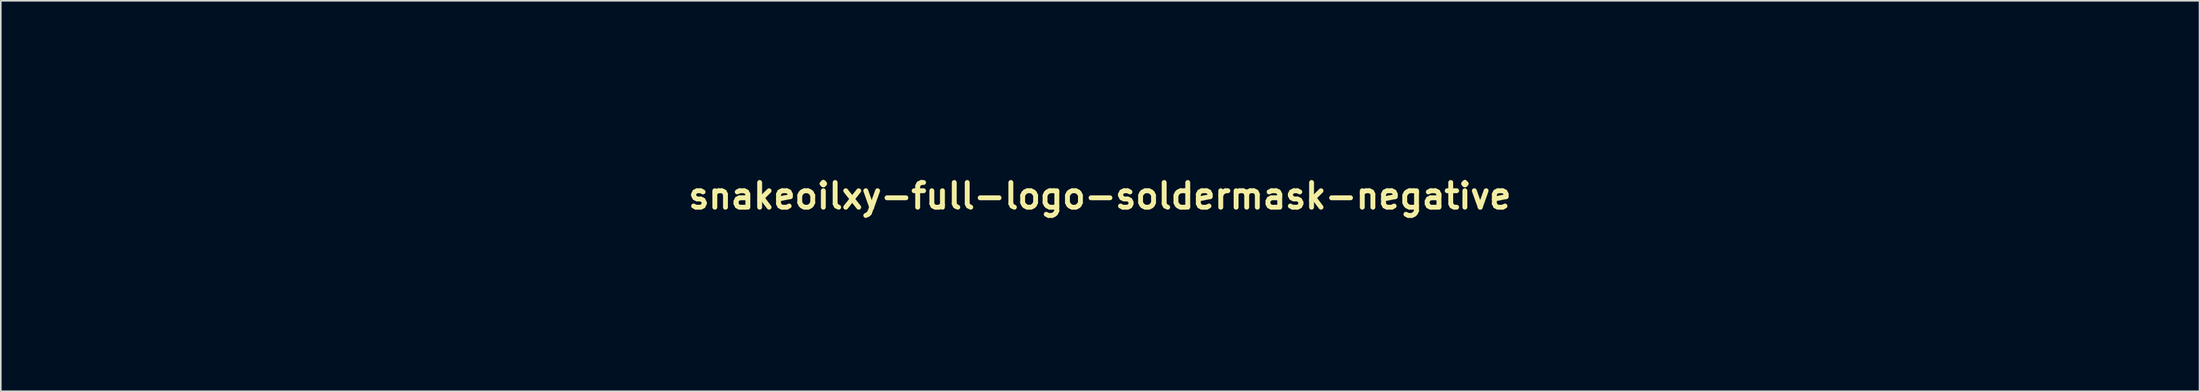
<source format=kicad_pcb>
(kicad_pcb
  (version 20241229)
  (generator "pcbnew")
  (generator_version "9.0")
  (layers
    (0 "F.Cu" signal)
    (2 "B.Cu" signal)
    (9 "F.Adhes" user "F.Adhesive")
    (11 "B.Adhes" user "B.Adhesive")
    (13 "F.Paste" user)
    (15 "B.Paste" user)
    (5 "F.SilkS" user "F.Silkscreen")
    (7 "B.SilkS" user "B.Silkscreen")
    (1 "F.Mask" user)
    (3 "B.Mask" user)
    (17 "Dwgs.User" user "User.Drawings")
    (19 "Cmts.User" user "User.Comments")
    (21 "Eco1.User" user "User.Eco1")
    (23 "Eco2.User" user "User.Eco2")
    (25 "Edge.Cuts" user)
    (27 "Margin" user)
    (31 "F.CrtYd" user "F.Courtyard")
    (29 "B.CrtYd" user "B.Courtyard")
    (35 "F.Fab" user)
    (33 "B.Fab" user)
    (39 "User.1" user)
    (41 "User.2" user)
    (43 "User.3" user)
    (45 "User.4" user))
  (footprint "snakeoilxy-full-logo-soldermask-negative"
    (layer "F.Cu")
    (at 64.634 9.036)
    (property "Reference" "snakeoilxy-full-logo-soldermask-negative" (at 0 0 0) (layer "F.SilkS") (effects (font (size 1.524 1.524) (thickness 0.3))))
    (attr through_hole)
    (fp_poly (pts (xy 10.445 1.637) (xy 10.753 1.694) (xy 11.024 1.793) (xy 11.269 1.94) (xy 11.455 2.092) (xy 11.552 2.204) (xy 11.657 2.36) (xy 11.756 2.536) (xy 11.835 2.71) (xy 11.871 2.813) (xy 11.893 2.893) (xy 8.256 2.893) (xy 8.315 2.743) (xy 8.472 2.423) (xy 8.67 2.16) (xy 8.912 1.948) (xy 9.203 1.785) (xy 9.4 1.709) (xy 9.54 1.666) (xy 9.665 1.639) (xy 9.798 1.624) (xy 9.963 1.618) (xy 10.088 1.618) (xy 10.445 1.637)) (stroke (width 0.01) (type solid)) (fill yes) (layer "F.Mask"))
    (fp_poly (pts (xy -4.462 1.625) (xy -4.221 1.655) (xy -4.069 1.69) (xy -3.748 1.82) (xy -3.465 2.006) (xy -3.223 2.239) (xy -3.025 2.514) (xy -2.876 2.823) (xy -2.778 3.159) (xy -2.735 3.516) (xy -2.75 3.887) (xy -2.807 4.188) (xy -2.927 4.536) (xy -3.099 4.841) (xy -3.317 5.098) (xy -3.579 5.304) (xy -3.88 5.454) (xy -4.096 5.52) (xy -4.312 5.554) (xy -4.562 5.569) (xy -4.818 5.564) (xy -5.054 5.54) (xy -5.209 5.507) (xy -5.56 5.374) (xy -5.862 5.191) (xy -6.112 4.962) (xy -6.309 4.689) (xy -6.451 4.373) (xy -6.536 4.019) (xy -6.562 3.654) (xy -6.555 3.446) (xy -6.535 3.244) (xy -6.507 3.079) (xy -6.505 3.071) (xy -6.385 2.722) (xy -6.209 2.41) (xy -5.983 2.14) (xy -5.712 1.918) (xy -5.402 1.75) (xy -5.168 1.669) (xy -4.963 1.632) (xy -4.718 1.618) (xy -4.462 1.625)) (stroke (width 0.01) (type solid)) (fill yes) (layer "F.Mask"))
    (fp_poly (pts (xy 19.264 -0.444) (xy 19.678 -0.348) (xy 20.069 -0.194) (xy 20.432 0.015) (xy 20.762 0.277) (xy 21.053 0.588) (xy 21.299 0.946) (xy 21.494 1.346) (xy 21.555 1.515) (xy 21.665 1.947) (xy 21.712 2.385) (xy 21.699 2.82) (xy 21.628 3.247) (xy 21.502 3.655) (xy 21.322 4.038) (xy 21.091 4.388) (xy 20.811 4.696) (xy 20.62 4.858) (xy 20.269 5.093) (xy 19.904 5.266) (xy 19.515 5.382) (xy 19.09 5.443) (xy 18.909 5.453) (xy 18.67 5.457) (xy 18.472 5.446) (xy 18.286 5.419) (xy 18.203 5.402) (xy 17.759 5.27) (xy 17.35 5.08) (xy 16.982 4.834) (xy 16.659 4.537) (xy 16.383 4.193) (xy 16.16 3.805) (xy 15.992 3.377) (xy 15.949 3.222) (xy 15.899 2.947) (xy 15.875 2.632) (xy 15.877 2.304) (xy 15.905 1.99) (xy 15.946 1.768) (xy 16.085 1.334) (xy 16.282 0.935) (xy 16.533 0.577) (xy 16.833 0.263) (xy 17.179 -0.002) (xy 17.566 -0.213) (xy 17.947 -0.354) (xy 18.393 -0.45) (xy 18.834 -0.479) (xy 19.264 -0.444)) (stroke (width 0.01) (type solid)) (fill yes) (layer "F.Mask"))
    (fp_poly (pts (xy 64.664 9.031) (xy -64.629 9.031) (xy -64.629 -0.189) (xy -62.274 -0.189) (xy -62.272 -0.014) (xy -62.268 0.18) (xy -62.261 0.379) (xy -62.253 0.57) (xy -62.242 0.741) (xy -62.231 0.879) (xy -62.23 0.885) (xy -62.118 1.597) (xy -61.939 2.304) (xy -61.697 2.998) (xy -61.395 3.669) (xy -61.038 4.31) (xy -60.628 4.911) (xy -60.455 5.133) (xy -60.297 5.317) (xy -60.101 5.528) (xy -59.883 5.752) (xy -59.658 5.972) (xy -59.443 6.172) (xy -59.253 6.337) (xy -59.214 6.369) (xy -58.646 6.782) (xy -58.035 7.149) (xy -57.392 7.465) (xy -56.726 7.725) (xy -56.046 7.927) (xy -55.364 8.065) (xy -55.016 8.11) (xy -54.811 8.126) (xy -54.559 8.137) (xy -54.277 8.142) (xy -53.985 8.143) (xy -53.702 8.139) (xy -53.447 8.13) (xy -53.24 8.115) (xy -53.206 8.112) (xy -52.46 7.996) (xy -51.731 7.812) (xy -51.021 7.561) (xy -50.334 7.244) (xy -49.672 6.864) (xy -49.04 6.421) (xy -48.945 6.347) (xy -48.893 6.3) (xy -48.793 6.206) (xy -48.648 6.067) (xy -48.461 5.886) (xy -48.234 5.664) (xy -47.97 5.406) (xy -47.671 5.112) (xy -47.339 4.785) (xy -46.978 4.429) (xy -46.59 4.044) (xy -46.176 3.635) (xy -45.741 3.203) (xy -45.339 2.804) (xy -43.991 2.804) (xy -42.483 4.315) (xy -42.201 4.598) (xy -41.922 4.874) (xy -41.654 5.139) (xy -41.402 5.386) (xy -41.171 5.611) (xy -40.968 5.807) (xy -40.798 5.969) (xy -40.668 6.09) (xy -40.595 6.155) (xy -40.005 6.622) (xy -39.377 7.031) (xy -38.719 7.38) (xy -38.035 7.666) (xy -37.331 7.887) (xy -36.893 7.989) (xy -36.554 8.052) (xy -36.253 8.097) (xy -35.962 8.125) (xy -35.653 8.14) (xy -35.428 8.145) (xy -34.96 8.149) (xy -34.96 5.126) (xy -35.481 5.105) (xy -36.079 5.046) (xy -36.658 4.92) (xy -37.215 4.727) (xy -37.749 4.468) (xy -38.258 4.143) (xy -38.355 4.072) (xy -38.418 4.018) (xy -38.527 3.919) (xy -38.675 3.779) (xy -38.859 3.603) (xy -39.073 3.397) (xy -39.312 3.164) (xy -39.571 2.91) (xy -39.846 2.638) (xy -40.132 2.355) (xy -40.208 2.279) (xy -41.84 0.654) (xy -42.916 1.729) (xy -43.991 2.804) (xy -45.339 2.804) (xy -45.286 2.751) (xy -44.813 2.281) (xy -44.326 1.796) (xy -43.826 1.298) (xy -43.568 1.041) (xy -42.962 0.436) (xy -42.404 -0.12) (xy -41.892 -0.631) (xy -41.422 -1.099) (xy -40.994 -1.525) (xy -40.605 -1.912) (xy -40.252 -2.262) (xy -39.934 -2.576) (xy -39.648 -2.858) (xy -39.391 -3.108) (xy -39.163 -3.33) (xy -38.96 -3.525) (xy -38.78 -3.695) (xy -38.621 -3.843) (xy -38.482 -3.97) (xy -38.358 -4.079) (xy -38.249 -4.172) (xy -38.152 -4.25) (xy -38.065 -4.316) (xy -37.986 -4.373) (xy -37.912 -4.421) (xy -37.841 -4.463) (xy -37.771 -4.502) (xy -37.7 -4.539) (xy -37.625 -4.577) (xy -37.545 -4.617) (xy -37.54 -4.62) (xy -37.267 -4.742) (xy -36.953 -4.861) (xy -36.625 -4.967) (xy -36.309 -5.051) (xy -36.092 -5.095) (xy -35.844 -5.125) (xy -35.549 -5.143) (xy -35.232 -5.149) (xy -34.914 -5.143) (xy -34.619 -5.124) (xy -34.396 -5.097) (xy -33.823 -4.97) (xy -33.275 -4.78) (xy -32.755 -4.531) (xy -32.269 -4.225) (xy -31.82 -3.869) (xy -31.412 -3.464) (xy -31.051 -3.016) (xy -30.74 -2.529) (xy -30.483 -2.006) (xy -30.284 -1.451) (xy -30.211 -1.173) (xy -30.147 -0.822) (xy -30.108 -0.429) (xy -30.095 -0.019) (xy -30.106 0.384) (xy -30.145 0.756) (xy -30.156 0.829) (xy -30.288 1.4) (xy -30.484 1.95) (xy -30.738 2.473) (xy -31.047 2.964) (xy -31.408 3.417) (xy -31.814 3.826) (xy -32.263 4.185) (xy -32.751 4.489) (xy -32.834 4.533) (xy -33.018 4.628) (xy -32.972 4.739) (xy -32.904 4.9) (xy -32.82 5.097) (xy -32.723 5.323) (xy -32.617 5.57) (xy -32.505 5.828) (xy -32.39 6.092) (xy -32.278 6.351) (xy -32.17 6.599) (xy -32.07 6.826) (xy -31.982 7.026) (xy -31.91 7.189) (xy -31.857 7.307) (xy -31.826 7.374) (xy -31.82 7.384) (xy -31.774 7.386) (xy -31.679 7.353) (xy -31.542 7.289) (xy -31.375 7.201) (xy -31.183 7.093) (xy -30.978 6.97) (xy -30.767 6.837) (xy -30.559 6.699) (xy -30.362 6.562) (xy -30.256 6.483) (xy -30.078 6.339) (xy -29.869 6.155) (xy -29.643 5.944) (xy -29.556 5.86) (xy -22.631 5.86) (xy -22.507 5.965) (xy -22.271 6.148) (xy -22.002 6.325) (xy -21.766 6.457) (xy -21.635 6.519) (xy -21.478 6.586) (xy -21.312 6.65) (xy -21.154 6.707) (xy -21.022 6.749) (xy -20.933 6.77) (xy -20.919 6.772) (xy -20.89 6.754) (xy -20.863 6.695) (xy -20.835 6.584) (xy -20.802 6.412) (xy -20.769 6.225) (xy -20.734 6.032) (xy -20.703 5.863) (xy -20.691 5.803) (xy -20.654 5.608) (xy -20.615 5.397) (xy -20.577 5.188) (xy -20.544 5.003) (xy -20.52 4.861) (xy -20.514 4.827) (xy -20.506 4.74) (xy -20.53 4.695) (xy -20.601 4.663) (xy -20.616 4.658) (xy -20.72 4.612) (xy -20.839 4.543) (xy -20.883 4.512) (xy -21.029 4.407) (xy -21.124 4.482) (xy -21.171 4.522) (xy -21.262 4.603) (xy -21.386 4.715) (xy -21.536 4.851) (xy -21.703 5.002) (xy -21.878 5.162) (xy -22.052 5.321) (xy -22.216 5.472) (xy -22.362 5.606) (xy -22.48 5.717) (xy -22.543 5.776) (xy -22.631 5.86) (xy -29.556 5.86) (xy -29.415 5.722) (xy -29.198 5.501) (xy -29.008 5.296) (xy -28.868 5.133) (xy -28.474 4.598) (xy -28.431 4.529) (xy -23.504 4.529) (xy -23.496 4.567) (xy -23.49 4.583) (xy -23.427 4.731) (xy -23.348 4.89) (xy -23.261 5.048) (xy -23.172 5.194) (xy -23.088 5.316) (xy -23.018 5.404) (xy -22.967 5.444) (xy -22.953 5.444) (xy -22.915 5.419) (xy -22.826 5.359) (xy -22.694 5.269) (xy -22.527 5.154) (xy -22.332 5.02) (xy -22.117 4.872) (xy -22.045 4.822) (xy -21.176 4.224) (xy -21.268 4.034) (xy -21.307 3.954) (xy -21.341 3.899) (xy -21.383 3.87) (xy -21.444 3.865) (xy -21.536 3.883) (xy -21.671 3.923) (xy -21.862 3.984) (xy -21.867 3.986) (xy -22.048 4.042) (xy -22.243 4.103) (xy -22.416 4.155) (xy -22.437 4.161) (xy -22.576 4.202) (xy -22.7 4.24) (xy -22.783 4.267) (xy -22.789 4.269) (xy -22.862 4.292) (xy -22.981 4.329) (xy -23.127 4.373) (xy -23.201 4.395) (xy -23.35 4.44) (xy -23.443 4.473) (xy -23.491 4.5) (xy -23.504 4.529) (xy -28.431 4.529) (xy -28.117 4.019) (xy -27.803 3.409) (xy -27.765 3.316) (xy -23.742 3.316) (xy -23.742 3.415) (xy -23.735 3.507) (xy -23.718 3.64) (xy -23.694 3.786) (xy -23.668 3.918) (xy -23.649 3.995) (xy -23.63 4.034) (xy -23.593 4.052) (xy -23.523 4.05) (xy -23.407 4.028) (xy -23.308 4.005) (xy -23.216 3.983) (xy -23.103 3.957) (xy -22.961 3.925) (xy -22.783 3.886) (xy -22.559 3.836) (xy -22.282 3.775) (xy -22.013 3.717) (xy -21.86 3.683) (xy -21.703 3.651) (xy -21.61 3.632) (xy -21.51 3.611) (xy -21.444 3.595) (xy -21.43 3.589) (xy -21.43 3.552) (xy -21.437 3.472) (xy -21.44 3.448) (xy -21.457 3.316) (xy -23.742 3.316) (xy -27.765 3.316) (xy -27.541 2.782) (xy -27.336 2.151) (xy -27.239 1.762) (xy -27.119 1.048) (xy -27.059 0.318) (xy -27.061 -0.416) (xy -27.125 -1.142) (xy -27.249 -1.848) (xy -27.267 -1.923) (xy -23.318 -1.923) (xy -23.297 -1.576) (xy -23.241 -1.216) (xy -23.154 -0.874) (xy -23.109 -0.742) (xy -22.988 -0.479) (xy -22.822 -0.201) (xy -22.626 0.068) (xy -22.437 0.282) (xy -22.221 0.488) (xy -22 0.67) (xy -21.761 0.834) (xy -21.492 0.988) (xy -21.184 1.137) (xy -20.823 1.29) (xy -20.602 1.376) (xy -20.203 1.529) (xy -19.865 1.664) (xy -19.581 1.783) (xy -19.345 1.89) (xy -19.151 1.988) (xy -18.992 2.08) (xy -18.863 2.169) (xy -18.757 2.26) (xy -18.668 2.355) (xy -18.618 2.417) (xy -18.49 2.609) (xy -18.404 2.799) (xy -18.353 3.007) (xy -18.332 3.255) (xy -18.33 3.351) (xy -18.33 3.526) (xy -18.337 3.652) (xy -18.354 3.75) (xy -18.385 3.841) (xy -18.422 3.925) (xy -18.583 4.189) (xy -18.796 4.411) (xy -19.051 4.583) (xy -19.336 4.699) (xy -19.506 4.736) (xy -19.632 4.756) (xy -19.733 4.774) (xy -19.784 4.784) (xy -19.798 4.8) (xy -19.808 4.845) (xy -19.814 4.925) (xy -19.818 5.047) (xy -19.818 5.218) (xy -19.815 5.444) (xy -19.809 5.734) (xy -19.808 5.776) (xy -19.802 6.036) (xy -19.795 6.276) (xy -19.788 6.485) (xy -19.782 6.655) (xy -19.776 6.774) (xy -19.771 6.834) (xy -19.77 6.835) (xy -19.762 6.869) (xy -19.745 6.89) (xy -19.709 6.9) (xy -19.643 6.899) (xy -19.537 6.887) (xy -19.379 6.863) (xy -19.226 6.839) (xy -18.741 6.727) (xy -18.278 6.548) (xy -17.841 6.306) (xy -17.434 6.002) (xy -17.11 5.691) (xy -16.807 5.318) (xy -16.559 4.912) (xy -16.367 4.48) (xy -16.231 4.028) (xy -16.152 3.566) (xy -16.131 3.099) (xy -16.167 2.635) (xy -16.262 2.181) (xy -16.417 1.746) (xy -16.631 1.335) (xy -16.769 1.129) (xy -17.011 0.836) (xy -17.292 0.572) (xy -17.617 0.33) (xy -17.7 0.281) (xy -15.064 0.281) (xy -15.064 3.574) (xy -15.063 4.05) (xy -15.063 4.506) (xy -15.061 4.937) (xy -15.06 5.338) (xy -15.058 5.703) (xy -15.056 6.029) (xy -15.053 6.311) (xy -15.05 6.542) (xy -15.047 6.719) (xy -15.044 6.836) (xy -15.041 6.889) (xy -15.04 6.891) (xy -14.999 6.898) (xy -14.899 6.904) (xy -14.748 6.909) (xy -14.558 6.912) (xy -14.339 6.914) (xy -14.229 6.914) (xy -13.441 6.914) (xy -13.441 5.014) (xy -13.441 4.577) (xy -13.439 4.204) (xy -13.437 3.889) (xy -13.434 3.626) (xy -13.43 3.409) (xy -13.424 3.231) (xy -13.417 3.087) (xy -13.408 2.97) (xy -13.397 2.874) (xy -13.387 2.803) (xy -13.307 2.489) (xy -13.185 2.221) (xy -13.026 2.006) (xy -12.972 1.953) (xy -12.752 1.796) (xy -12.502 1.687) (xy -12.233 1.625) (xy -11.96 1.612) (xy -11.695 1.647) (xy -11.45 1.731) (xy -11.239 1.865) (xy -11.187 1.912) (xy -11.109 1.995) (xy -11.041 2.087) (xy -10.983 2.193) (xy -10.933 2.317) (xy -10.89 2.464) (xy -10.855 2.64) (xy -10.827 2.85) (xy -10.805 3.098) (xy -10.787 3.39) (xy -10.775 3.731) (xy -10.767 4.125) (xy -10.762 4.578) (xy -10.76 5.095) (xy -10.76 5.283) (xy -10.76 6.914) (xy -9.166 6.914) (xy -9.182 4.595) (xy -9.185 4.131) (xy -9.189 3.732) (xy -9.19 3.616) (xy -8.184 3.616) (xy -8.153 4.129) (xy -8.06 4.615) (xy -7.908 5.07) (xy -7.698 5.49) (xy -7.432 5.871) (xy -7.113 6.21) (xy -6.742 6.504) (xy -6.562 6.619) (xy -6.361 6.722) (xy -6.116 6.823) (xy -5.853 6.914) (xy -5.597 6.985) (xy -5.397 7.024) (xy -5.219 7.039) (xy -5 7.044) (xy -4.759 7.04) (xy -4.517 7.026) (xy -4.293 7.005) (xy -4.107 6.976) (xy -4.015 6.955) (xy -3.86 6.901) (xy -3.683 6.828) (xy -3.531 6.755) (xy -3.403 6.679) (xy -3.255 6.578) (xy -3.1 6.463) (xy -2.955 6.345) (xy -2.831 6.237) (xy -2.746 6.148) (xy -2.72 6.113) (xy -2.704 6.106) (xy -2.692 6.152) (xy -2.686 6.257) (xy -2.682 6.425) (xy -2.682 6.482) (xy -2.681 6.914) (xy -1.199 6.914) (xy -1.199 0.282) (xy -2.681 0.282) (xy -2.681 1.12) (xy -2.955 0.848) (xy -3.234 0.603) (xy -3.525 0.416) (xy -3.848 0.275) (xy -3.951 0.241) (xy -4.057 0.21) (xy -4.156 0.188) (xy -4.263 0.174) (xy -4.393 0.165) (xy -4.56 0.161) (xy -4.781 0.16) (xy -4.833 0.16) (xy -5.134 0.165) (xy -5.382 0.18) (xy -5.598 0.21) (xy -5.798 0.258) (xy -6.002 0.328) (xy -6.228 0.424) (xy -6.303 0.458) (xy -6.555 0.585) (xy -6.768 0.718) (xy -6.972 0.874) (xy -7.141 1.026) (xy -7.448 1.36) (xy -7.705 1.741) (xy -7.909 2.161) (xy -8.059 2.616) (xy -8.152 3.097) (xy -8.184 3.6) (xy -8.184 3.616) (xy -9.19 3.616) (xy -9.192 3.392) (xy -9.195 3.105) (xy -9.199 2.867) (xy -9.203 2.67) (xy -9.209 2.511) (xy -9.215 2.382) (xy -9.222 2.278) (xy -9.231 2.194) (xy -9.241 2.124) (xy -9.253 2.062) (xy -9.267 2.002) (xy -9.27 1.993) (xy -9.37 1.65) (xy -9.487 1.362) (xy -9.629 1.116) (xy -9.803 0.897) (xy -10.018 0.692) (xy -10.044 0.67) (xy -10.21 0.542) (xy -10.376 0.44) (xy -10.565 0.351) (xy -10.798 0.264) (xy -10.813 0.259) (xy -10.922 0.223) (xy -11.017 0.198) (xy -11.114 0.18) (xy -11.227 0.17) (xy -11.372 0.165) (xy -11.565 0.163) (xy -11.695 0.163) (xy -11.927 0.164) (xy -12.102 0.169) (xy -12.236 0.177) (xy -12.341 0.192) (xy -12.432 0.213) (xy -12.506 0.236) (xy -12.814 0.367) (xy -13.113 0.546) (xy -13.315 0.696) (xy -13.544 0.878) (xy -13.554 0.589) (xy -13.564 0.3) (xy -15.064 0.281) (xy -17.7 0.281) (xy -17.994 0.107) (xy -18.429 -0.102) (xy -18.79 -0.25) (xy -18.961 -0.316) (xy -19.125 -0.379) (xy -19.26 -0.431) (xy -19.332 -0.459) (xy -19.432 -0.497) (xy -19.576 -0.552) (xy -19.743 -0.615) (xy -19.862 -0.661) (xy -20.031 -0.727) (xy -20.192 -0.793) (xy -20.324 -0.85) (xy -20.388 -0.88) (xy -20.566 -0.996) (xy -20.744 -1.152) (xy -20.896 -1.327) (xy -20.985 -1.463) (xy -21.029 -1.555) (xy -21.057 -1.64) (xy -21.072 -1.739) (xy -21.078 -1.875) (xy -21.078 -1.993) (xy -21.076 -2.162) (xy -21.068 -2.282) (xy -21.05 -2.372) (xy -21.017 -2.455) (xy -20.983 -2.522) (xy -20.917 -2.635) (xy -20.854 -2.733) (xy -20.824 -2.773) (xy -20.639 -2.937) (xy -20.415 -3.055) (xy -20.164 -3.126) (xy -19.901 -3.149) (xy -19.638 -3.124) (xy -19.39 -3.05) (xy -19.169 -2.927) (xy -19.059 -2.833) (xy -18.912 -2.654) (xy -18.804 -2.444) (xy -18.728 -2.186) (xy -18.718 -2.141) (xy -18.673 -1.923) (xy -17.535 -1.913) (xy -16.396 -1.904) (xy -16.4 -1.94) (xy -0.035 -1.94) (xy -0.035 6.914) (xy 1.552 6.914) (xy 1.552 3.838) (xy 1.718 4.062) (xy 1.824 4.207) (xy 1.965 4.399) (xy 2.132 4.627) (xy 2.318 4.882) (xy 2.516 5.153) (xy 2.718 5.43) (xy 2.916 5.703) (xy 3.104 5.961) (xy 3.273 6.195) (xy 3.366 6.323) (xy 3.792 6.913) (xy 4.86 6.914) (xy 5.126 6.913) (xy 5.368 6.912) (xy 5.577 6.909) (xy 5.745 6.906) (xy 5.862 6.902) (xy 5.921 6.897) (xy 5.927 6.895) (xy 5.922 6.885) (xy 5.908 6.863) (xy 5.879 6.824) (xy 5.832 6.765) (xy 5.765 6.68) (xy 5.674 6.567) (xy 5.556 6.42) (xy 5.407 6.236) (xy 5.224 6.01) (xy 5.003 5.739) (xy 4.742 5.418) (xy 4.693 5.358) (xy 4.514 5.138) (xy 4.307 4.884) (xy 4.091 4.618) (xy 3.882 4.361) (xy 3.711 4.15) (xy 3.206 3.528) (xy 3.273 3.432) (xy 6.581 3.432) (xy 6.59 3.904) (xy 6.594 3.951) (xy 6.68 4.442) (xy 6.829 4.902) (xy 7.036 5.328) (xy 7.299 5.717) (xy 7.616 6.064) (xy 7.982 6.368) (xy 8.396 6.624) (xy 8.855 6.829) (xy 9.243 6.952) (xy 9.48 6.999) (xy 9.763 7.029) (xy 10.071 7.042) (xy 10.384 7.039) (xy 10.681 7.019) (xy 10.941 6.982) (xy 11.06 6.955) (xy 11.452 6.829) (xy 11.795 6.672) (xy 12.109 6.474) (xy 12.411 6.225) (xy 12.482 6.159) (xy 12.732 5.897) (xy 12.949 5.628) (xy 13.122 5.364) (xy 13.245 5.115) (xy 13.28 5.018) (xy 13.304 4.939) (xy 11.568 4.939) (xy 11.42 5.086) (xy 11.181 5.289) (xy 10.925 5.434) (xy 10.642 5.526) (xy 10.319 5.569) (xy 10.147 5.573) (xy 9.76 5.548) (xy 9.419 5.474) (xy 9.119 5.347) (xy 8.854 5.167) (xy 8.729 5.053) (xy 8.575 4.869) (xy 8.446 4.662) (xy 8.358 4.457) (xy 8.342 4.401) (xy 8.318 4.304) (xy 10.863 4.304) (xy 11.349 4.304) (xy 11.769 4.303) (xy 12.128 4.303) (xy 12.431 4.302) (xy 12.682 4.3) (xy 12.888 4.298) (xy 13.051 4.294) (xy 13.178 4.29) (xy 13.273 4.285) (xy 13.34 4.279) (xy 13.385 4.271) (xy 13.413 4.262) (xy 13.427 4.252) (xy 13.433 4.242) (xy 13.442 4.186) (xy 13.449 4.074) (xy 13.454 3.92) (xy 13.457 3.737) (xy 13.457 3.651) (xy 13.444 3.28) (xy 13.408 2.953) (xy 13.343 2.65) (xy 13.284 2.466) (xy 14.197 2.466) (xy 14.228 3.01) (xy 14.321 3.547) (xy 14.475 4.067) (xy 14.687 4.559) (xy 14.733 4.646) (xy 15.024 5.113) (xy 15.371 5.54) (xy 15.766 5.923) (xy 16.203 6.257) (xy 16.678 6.539) (xy 17.183 6.764) (xy 17.714 6.928) (xy 18.203 7.021) (xy 18.383 7.036) (xy 18.61 7.042) (xy 18.866 7.041) (xy 19.13 7.032) (xy 19.383 7.016) (xy 19.605 6.994) (xy 19.773 6.968) (xy 20.314 6.82) (xy 20.827 6.612) (xy 21.306 6.347) (xy 21.746 6.03) (xy 22.139 5.663) (xy 22.323 5.455) (xy 22.655 4.998) (xy 22.926 4.509) (xy 23.135 3.994) (xy 23.28 3.459) (xy 23.361 2.909) (xy 23.377 2.35) (xy 23.326 1.787) (xy 23.207 1.226) (xy 23.19 1.169) (xy 23.116 0.949) (xy 23.012 0.697) (xy 22.891 0.437) (xy 22.81 0.282) (xy 24.483 0.282) (xy 24.483 6.914) (xy 26.07 6.914) (xy 27.34 6.914) (xy 28.928 6.914) (xy 28.928 4.667) (xy 30.233 4.667) (xy 30.233 6.96) (xy 30.718 6.935) (xy 30.923 6.922) (xy 31.128 6.903) (xy 31.309 6.881) (xy 31.444 6.859) (xy 31.45 6.858) (xy 31.819 6.768) (xy 32.19 6.659) (xy 32.541 6.538) (xy 32.852 6.411) (xy 32.949 6.366) (xy 33.048 6.315) (xy 33.177 6.245) (xy 33.32 6.164) (xy 33.464 6.08) (xy 33.594 6.003) (xy 33.695 5.94) (xy 33.754 5.9) (xy 33.761 5.893) (xy 33.799 5.864) (xy 33.875 5.811) (xy 33.924 5.779) (xy 33.96 5.755) (xy 33.998 5.728) (xy 34.039 5.697) (xy 34.087 5.658) (xy 34.143 5.61) (xy 34.211 5.55) (xy 34.292 5.475) (xy 34.389 5.384) (xy 34.505 5.273) (xy 34.642 5.141) (xy 34.802 4.985) (xy 34.988 4.803) (xy 35.201 4.592) (xy 35.446 4.35) (xy 35.724 4.075) (xy 36.037 3.764) (xy 36.388 3.416) (xy 36.779 3.026) (xy 36.867 2.939) (xy 37.859 2.939) (xy 39.1 4.178) (xy 39.352 4.429) (xy 39.597 4.67) (xy 39.828 4.896) (xy 40.039 5.1) (xy 40.224 5.277) (xy 40.378 5.422) (xy 40.495 5.527) (xy 40.567 5.589) (xy 40.569 5.591) (xy 40.678 5.674) (xy 40.764 5.741) (xy 40.812 5.781) (xy 40.816 5.786) (xy 40.855 5.815) (xy 40.932 5.866) (xy 40.975 5.892) (xy 41.07 5.953) (xy 41.143 6.005) (xy 41.16 6.02) (xy 41.221 6.062) (xy 41.333 6.125) (xy 41.483 6.203) (xy 41.659 6.29) (xy 41.846 6.379) (xy 42.033 6.464) (xy 42.205 6.539) (xy 42.35 6.597) (xy 42.439 6.629) (xy 42.579 6.672) (xy 42.702 6.711) (xy 42.785 6.738) (xy 42.792 6.741) (xy 43.006 6.801) (xy 43.274 6.854) (xy 43.578 6.897) (xy 43.902 6.928) (xy 44.229 6.944) (xy 44.282 6.945) (xy 44.626 6.95) (xy 44.626 4.668) (xy 44.617 4.667) (xy 45.579 4.667) (xy 45.579 6.96) (xy 46.064 6.935) (xy 46.269 6.922) (xy 46.473 6.903) (xy 46.655 6.881) (xy 46.79 6.859) (xy 46.796 6.858) (xy 47.164 6.768) (xy 47.535 6.659) (xy 47.887 6.538) (xy 48.198 6.411) (xy 48.295 6.366) (xy 48.394 6.315) (xy 48.523 6.245) (xy 48.666 6.164) (xy 48.81 6.08) (xy 48.94 6.003) (xy 49.041 5.94) (xy 49.1 5.9) (xy 49.107 5.893) (xy 49.144 5.864) (xy 49.221 5.811) (xy 49.27 5.779) (xy 49.306 5.755) (xy 49.344 5.728) (xy 49.385 5.697) (xy 49.433 5.658) (xy 49.489 5.61) (xy 49.557 5.55) (xy 49.638 5.475) (xy 49.735 5.384) (xy 49.851 5.273) (xy 49.988 5.141) (xy 50.148 4.985) (xy 50.333 4.803) (xy 50.547 4.592) (xy 50.792 4.35) (xy 51.069 4.075) (xy 51.383 3.764) (xy 51.733 3.416) (xy 52.125 3.026) (xy 52.559 2.595) (xy 53.038 2.117) (xy 53.552 1.606) (xy 53.983 1.176) (xy 54.401 0.76) (xy 54.804 0.359) (xy 55.189 -0.023) (xy 55.553 -0.385) (xy 55.893 -0.722) (xy 56.206 -1.032) (xy 56.489 -1.313) (xy 56.74 -1.562) (xy 56.956 -1.775) (xy 57.134 -1.95) (xy 57.271 -2.085) (xy 57.364 -2.175) (xy 57.411 -2.22) (xy 57.415 -2.223) (xy 57.774 -2.475) (xy 58.18 -2.686) (xy 58.617 -2.853) (xy 59.069 -2.968) (xy 59.521 -3.027) (xy 59.726 -3.034) (xy 60.008 -3.034) (xy 60.008 -4.18) (xy 60.007 -4.51) (xy 60.005 -4.774) (xy 60.002 -4.98) (xy 59.996 -5.132) (xy 59.989 -5.237) (xy 59.98 -5.3) (xy 59.968 -5.328) (xy 59.963 -5.33) (xy 59.679 -5.335) (xy 59.35 -5.315) (xy 58.997 -5.276) (xy 58.636 -5.218) (xy 58.287 -5.146) (xy 57.966 -5.062) (xy 57.692 -4.969) (xy 57.626 -4.942) (xy 57.562 -4.914) (xy 57.453 -4.868) (xy 57.319 -4.812) (xy 57.278 -4.795) (xy 57.165 -4.743) (xy 57.021 -4.672) (xy 56.861 -4.587) (xy 56.696 -4.497) (xy 56.541 -4.41) (xy 56.409 -4.332) (xy 56.314 -4.271) (xy 56.268 -4.234) (xy 56.268 -4.234) (xy 56.231 -4.204) (xy 56.154 -4.148) (xy 56.074 -4.094) (xy 56.029 -4.056) (xy 55.937 -3.97) (xy 55.802 -3.841) (xy 55.624 -3.67) (xy 55.409 -3.46) (xy 55.158 -3.215) (xy 54.874 -2.936) (xy 54.56 -2.628) (xy 54.22 -2.292) (xy 53.855 -1.931) (xy 53.469 -1.548) (xy 53.065 -1.147) (xy 52.645 -0.729) (xy 52.212 -0.298) (xy 52.07 -0.156) (xy 51.634 0.279) (xy 51.209 0.702) (xy 50.8 1.11) (xy 50.407 1.5) (xy 50.035 1.87) (xy 49.686 2.216) (xy 49.364 2.536) (xy 49.07 2.827) (xy 48.808 3.086) (xy 48.58 3.31) (xy 48.391 3.497) (xy 48.241 3.643) (xy 48.135 3.745) (xy 48.075 3.802) (xy 48.066 3.81) (xy 47.951 3.898) (xy 47.801 4.001) (xy 47.646 4.101) (xy 47.607 4.124) (xy 47.173 4.35) (xy 46.735 4.51) (xy 46.279 4.609) (xy 45.957 4.643) (xy 45.579 4.667) (xy 44.617 4.667) (xy 44.194 4.644) (xy 43.723 4.594) (xy 43.286 4.492) (xy 42.869 4.334) (xy 42.458 4.114) (xy 42.268 3.993) (xy 42.178 3.928) (xy 42.07 3.84) (xy 41.939 3.726) (xy 41.782 3.582) (xy 41.593 3.403) (xy 41.37 3.187) (xy 41.106 2.927) (xy 40.799 2.622) (xy 40.744 2.567) (xy 40.501 2.324) (xy 40.272 2.098) (xy 40.064 1.892) (xy 39.88 1.712) (xy 39.726 1.562) (xy 39.606 1.447) (xy 39.525 1.372) (xy 39.489 1.341) (xy 39.488 1.341) (xy 39.457 1.365) (xy 39.382 1.433) (xy 39.27 1.539) (xy 39.127 1.678) (xy 38.958 1.843) (xy 38.771 2.028) (xy 38.659 2.14) (xy 37.859 2.939) (xy 36.867 2.939) (xy 37.213 2.595) (xy 37.692 2.117) (xy 38.206 1.606) (xy 38.637 1.176) (xy 39.055 0.76) (xy 39.458 0.359) (xy 39.843 -0.023) (xy 40.207 -0.385) (xy 40.547 -0.722) (xy 40.86 -1.032) (xy 41.143 -1.313) (xy 41.395 -1.562) (xy 41.611 -1.775) (xy 41.788 -1.95) (xy 41.925 -2.085) (xy 42.019 -2.175) (xy 42.065 -2.22) (xy 42.069 -2.223) (xy 42.423 -2.471) (xy 42.824 -2.681) (xy 43.255 -2.847) (xy 43.7 -2.964) (xy 44.143 -3.026) (xy 44.363 -3.034) (xy 44.627 -3.034) (xy 44.627 -3.043) (xy 45.579 -3.043) (xy 45.888 -3.022) (xy 46.308 -2.976) (xy 46.689 -2.894) (xy 47.054 -2.77) (xy 47.426 -2.596) (xy 47.443 -2.587) (xy 47.573 -2.516) (xy 47.698 -2.439) (xy 47.825 -2.353) (xy 47.959 -2.252) (xy 48.105 -2.131) (xy 48.269 -1.986) (xy 48.456 -1.812) (xy 48.671 -1.604) (xy 48.921 -1.358) (xy 49.21 -1.068) (xy 49.424 -0.851) (xy 49.657 -0.615) (xy 49.875 -0.395) (xy 50.072 -0.195) (xy 50.243 -0.022) (xy 50.384 0.121) (xy 50.49 0.228) (xy 50.555 0.294) (xy 50.576 0.314) (xy 50.601 0.291) (xy 50.67 0.224) (xy 50.778 0.119) (xy 50.917 -0.019) (xy 51.084 -0.184) (xy 51.271 -0.369) (xy 51.401 -0.499) (xy 52.223 -1.315) (xy 50.938 -2.59) (xy 50.622 -2.902) (xy 50.331 -3.187) (xy 50.067 -3.44) (xy 49.836 -3.659) (xy 49.64 -3.84) (xy 49.485 -3.978) (xy 49.373 -4.07) (xy 49.354 -4.085) (xy 49.226 -4.179) (xy 49.118 -4.258) (xy 49.044 -4.313) (xy 49.018 -4.332) (xy 48.966 -4.366) (xy 48.868 -4.423) (xy 48.74 -4.495) (xy 48.598 -4.572) (xy 48.461 -4.646) (xy 48.343 -4.707) (xy 48.278 -4.739) (xy 48.056 -4.839) (xy 47.848 -4.926) (xy 47.672 -4.993) (xy 47.607 -5.014) (xy 47.456 -5.059) (xy 47.279 -5.106) (xy 47.094 -5.153) (xy 46.921 -5.194) (xy 46.779 -5.224) (xy 46.69 -5.239) (xy 46.574 -5.254) (xy 46.429 -5.276) (xy 46.337 -5.291) (xy 46.19 -5.309) (xy 46.012 -5.322) (xy 45.852 -5.327) (xy 45.579 -5.327) (xy 45.579 -3.043) (xy 44.627 -3.043) (xy 44.618 -4.187) (xy 44.609 -5.34) (xy 44.298 -5.333) (xy 43.977 -5.315) (xy 43.631 -5.275) (xy 43.278 -5.217) (xy 42.935 -5.145) (xy 42.621 -5.062) (xy 42.353 -4.972) (xy 42.28 -4.942) (xy 42.216 -4.914) (xy 42.107 -4.868) (xy 41.973 -4.812) (xy 41.932 -4.795) (xy 41.819 -4.743) (xy 41.675 -4.672) (xy 41.515 -4.587) (xy 41.35 -4.497) (xy 41.195 -4.41) (xy 41.064 -4.332) (xy 40.968 -4.271) (xy 40.922 -4.234) (xy 40.922 -4.234) (xy 40.885 -4.204) (xy 40.808 -4.148) (xy 40.728 -4.094) (xy 40.683 -4.056) (xy 40.592 -3.97) (xy 40.456 -3.841) (xy 40.279 -3.67) (xy 40.063 -3.46) (xy 39.812 -3.215) (xy 39.528 -2.936) (xy 39.214 -2.628) (xy 38.874 -2.292) (xy 38.509 -1.931) (xy 38.123 -1.548) (xy 37.719 -1.147) (xy 37.299 -0.729) (xy 36.866 -0.298) (xy 36.724 -0.156) (xy 36.288 0.279) (xy 35.864 0.702) (xy 35.454 1.11) (xy 35.061 1.5) (xy 34.689 1.87) (xy 34.341 2.216) (xy 34.018 2.536) (xy 33.724 2.827) (xy 33.462 3.086) (xy 33.235 3.31) (xy 33.045 3.497) (xy 32.895 3.643) (xy 32.789 3.745) (xy 32.729 3.802) (xy 32.72 3.81) (xy 32.605 3.898) (xy 32.456 4.001) (xy 32.3 4.101) (xy 32.262 4.124) (xy 31.827 4.35) (xy 31.389 4.51) (xy 30.933 4.609) (xy 30.612 4.643) (xy 30.233 4.667) (xy 28.928 4.667) (xy 28.928 -1.942) (xy 28.143 -1.932) (xy 27.358 -1.923) (xy 27.349 2.496) (xy 27.34 6.914) (xy 26.07 6.914) (xy 26.07 0.282) (xy 24.483 0.282) (xy 22.81 0.282) (xy 22.765 0.196) (xy 22.668 0.035) (xy 22.333 -0.423) (xy 24.481 -0.423) (xy 26.07 -0.423) (xy 26.07 -1.942) (xy 25.285 -1.932) (xy 24.5 -1.923) (xy 24.491 -1.173) (xy 24.481 -0.423) (xy 22.333 -0.423) (xy 22.325 -0.434) (xy 21.94 -0.847) (xy 21.512 -1.204) (xy 21.043 -1.503) (xy 20.532 -1.745) (xy 19.981 -1.93) (xy 19.777 -1.981) (xy 19.552 -2.02) (xy 19.278 -2.046) (xy 18.975 -2.059) (xy 18.664 -2.06) (xy 18.366 -2.047) (xy 18.101 -2.022) (xy 17.956 -1.998) (xy 17.381 -1.847) (xy 16.844 -1.64) (xy 16.348 -1.377) (xy 15.896 -1.063) (xy 15.489 -0.7) (xy 15.132 -0.289) (xy 14.827 0.166) (xy 14.576 0.663) (xy 14.381 1.2) (xy 14.326 1.402) (xy 14.229 1.927) (xy 14.197 2.466) (xy 13.284 2.466) (xy 13.246 2.348) (xy 13.214 2.264) (xy 13.006 1.826) (xy 12.745 1.429) (xy 12.435 1.078) (xy 12.082 0.776) (xy 11.69 0.528) (xy 11.265 0.337) (xy 10.812 0.208) (xy 10.617 0.174) (xy 10.38 0.152) (xy 10.106 0.145) (xy 9.819 0.154) (xy 9.54 0.177) (xy 9.291 0.213) (xy 9.137 0.248) (xy 8.759 0.382) (xy 8.382 0.565) (xy 8.025 0.787) (xy 7.704 1.037) (xy 7.473 1.264) (xy 7.18 1.641) (xy 6.942 2.056) (xy 6.76 2.499) (xy 6.639 2.961) (xy 6.581 3.432) (xy 3.273 3.432) (xy 3.286 3.413) (xy 3.333 3.347) (xy 3.421 3.226) (xy 3.547 3.053) (xy 3.71 2.829) (xy 3.909 2.555) (xy 4.143 2.236) (xy 4.409 1.871) (xy 4.707 1.464) (xy 5.011 1.049) (xy 5.153 0.854) (xy 5.28 0.678) (xy 5.388 0.527) (xy 5.47 0.411) (xy 5.52 0.338) (xy 5.533 0.317) (xy 5.502 0.306) (xy 5.404 0.297) (xy 5.242 0.29) (xy 5.018 0.285) (xy 4.737 0.282) (xy 4.593 0.282) (xy 3.641 0.282) (xy 3.571 0.397) (xy 3.534 0.454) (xy 3.462 0.561) (xy 3.362 0.711) (xy 3.239 0.894) (xy 3.098 1.102) (xy 2.944 1.328) (xy 2.876 1.429) (xy 2.701 1.685) (xy 2.521 1.951) (xy 2.344 2.212) (xy 2.178 2.456) (xy 2.034 2.669) (xy 1.92 2.839) (xy 1.91 2.854) (xy 1.57 3.361) (xy 1.561 0.71) (xy 1.552 -1.94) (xy -0.035 -1.94) (xy -16.4 -1.94) (xy -16.42 -2.107) (xy -16.489 -2.56) (xy -16.585 -2.957) (xy -16.616 -3.043) (xy 30.233 -3.043) (xy 30.542 -3.022) (xy 30.963 -2.976) (xy 31.343 -2.894) (xy 31.708 -2.77) (xy 32.081 -2.596) (xy 32.097 -2.587) (xy 32.227 -2.516) (xy 32.352 -2.439) (xy 32.479 -2.353) (xy 32.613 -2.252) (xy 32.759 -2.131) (xy 32.923 -1.986) (xy 33.11 -1.812) (xy 33.325 -1.604) (xy 33.575 -1.358) (xy 33.864 -1.068) (xy 34.078 -0.851) (xy 34.312 -0.615) (xy 34.529 -0.395) (xy 34.726 -0.195) (xy 34.897 -0.022) (xy 35.038 0.121) (xy 35.144 0.228) (xy 35.209 0.294) (xy 35.23 0.314) (xy 35.255 0.291) (xy 35.324 0.224) (xy 35.432 0.119) (xy 35.572 -0.019) (xy 35.738 -0.184) (xy 35.925 -0.369) (xy 36.056 -0.499) (xy 36.877 -1.315) (xy 35.592 -2.59) (xy 35.276 -2.902) (xy 34.985 -3.187) (xy 34.721 -3.44) (xy 34.49 -3.659) (xy 34.294 -3.84) (xy 34.139 -3.978) (xy 34.028 -4.07) (xy 34.008 -4.085) (xy 33.88 -4.179) (xy 33.772 -4.258) (xy 33.698 -4.313) (xy 33.673 -4.332) (xy 33.62 -4.366) (xy 33.522 -4.423) (xy 33.394 -4.495) (xy 33.253 -4.572) (xy 33.115 -4.646) (xy 32.997 -4.707) (xy 32.932 -4.739) (xy 32.711 -4.839) (xy 32.502 -4.926) (xy 32.326 -4.993) (xy 32.262 -5.014) (xy 32.11 -5.059) (xy 31.933 -5.106) (xy 31.748 -5.153) (xy 31.575 -5.194) (xy 31.433 -5.224) (xy 31.344 -5.239) (xy 31.228 -5.254) (xy 31.083 -5.276) (xy 30.992 -5.291) (xy 30.844 -5.309) (xy 30.666 -5.322) (xy 30.506 -5.327) (xy 30.233 -5.327) (xy 30.233 -3.043) (xy -16.616 -3.043) (xy -16.711 -3.308) (xy -16.872 -3.623) (xy -16.963 -3.767) (xy -17.256 -4.141) (xy -17.591 -4.463) (xy -17.97 -4.735) (xy -18.399 -4.958) (xy -18.878 -5.135) (xy -19.015 -5.174) (xy -19.17 -5.204) (xy -19.378 -5.225) (xy -19.62 -5.237) (xy -19.88 -5.242) (xy -20.14 -5.237) (xy -20.383 -5.225) (xy -20.591 -5.204) (xy -20.743 -5.175) (xy -21.218 -5.013) (xy -21.653 -4.796) (xy -22.045 -4.531) (xy -22.392 -4.22) (xy -22.689 -3.869) (xy -22.932 -3.481) (xy -23.12 -3.061) (xy -23.247 -2.614) (xy -23.31 -2.143) (xy -23.318 -1.923) (xy -27.267 -1.923) (xy -27.301 -2.068) (xy -27.52 -2.781) (xy -27.801 -3.467) (xy -28.143 -4.121) (xy -28.541 -4.74) (xy -28.994 -5.321) (xy -29.498 -5.86) (xy -30.049 -6.354) (xy -30.646 -6.798) (xy -31.284 -7.189) (xy -31.96 -7.525) (xy -31.997 -7.541) (xy -32.646 -7.787) (xy -33.328 -7.978) (xy -34.03 -8.111) (xy -34.737 -8.186) (xy -35.438 -8.198) (xy -35.764 -8.182) (xy -36.537 -8.093) (xy -37.279 -7.941) (xy -37.992 -7.726) (xy -38.678 -7.446) (xy -39.342 -7.1) (xy -39.984 -6.687) (xy -40.287 -6.464) (xy -40.349 -6.41) (xy -40.458 -6.309) (xy -40.615 -6.16) (xy -40.817 -5.965) (xy -41.063 -5.726) (xy -41.352 -5.443) (xy -41.682 -5.119) (xy -42.052 -4.755) (xy -42.46 -4.352) (xy -42.905 -3.912) (xy -43.385 -3.435) (xy -43.9 -2.924) (xy -44.447 -2.38) (xy -45.026 -1.804) (xy -45.634 -1.197) (xy -45.667 -1.164) (xy -46.17 -0.663) (xy -46.661 -0.173) (xy -47.139 0.302) (xy -47.599 0.76) (xy -48.041 1.199) (xy -48.462 1.616) (xy -48.858 2.009) (xy -49.228 2.375) (xy -49.569 2.712) (xy -49.879 3.017) (xy -50.155 3.288) (xy -50.395 3.523) (xy -50.596 3.719) (xy -50.756 3.874) (xy -50.872 3.985) (xy -50.942 4.05) (xy -50.959 4.064) (xy -51.467 4.405) (xy -51.991 4.677) (xy -52.536 4.883) (xy -53.102 5.022) (xy -53.693 5.095) (xy -53.869 5.104) (xy -54.249 5.11) (xy -54.585 5.095) (xy -54.903 5.057) (xy -55.228 4.994) (xy -55.386 4.955) (xy -55.946 4.777) (xy -56.479 4.536) (xy -56.98 4.235) (xy -57.443 3.881) (xy -57.864 3.475) (xy -58.237 3.023) (xy -58.557 2.529) (xy -58.684 2.293) (xy -58.879 1.869) (xy -59.024 1.468) (xy -59.126 1.067) (xy -59.19 0.645) (xy -59.221 0.203) (xy -59.228 0.013) (xy -59.235 -0.149) (xy -59.24 -0.272) (xy -59.244 -0.344) (xy -59.245 -0.357) (xy -59.281 -0.361) (xy -59.378 -0.366) (xy -59.528 -0.373) (xy -59.722 -0.382) (xy -59.951 -0.392) (xy -60.207 -0.402) (xy -60.479 -0.413) (xy -60.761 -0.424) (xy -61.042 -0.435) (xy -61.314 -0.445) (xy -61.568 -0.454) (xy -61.796 -0.462) (xy -61.988 -0.468) (xy -62.135 -0.472) (xy -62.229 -0.474) (xy -62.261 -0.473) (xy -62.269 -0.432) (xy -62.273 -0.333) (xy -62.274 -0.189) (xy -64.629 -0.189) (xy -64.629 -1.926) (xy -62.049 -1.926) (xy -62.048 -1.923) (xy -62.012 -1.913) (xy -61.916 -1.89) (xy -61.769 -1.856) (xy -61.579 -1.812) (xy -61.355 -1.762) (xy -61.106 -1.705) (xy -60.84 -1.646) (xy -60.566 -1.585) (xy -60.293 -1.524) (xy -60.029 -1.466) (xy -59.784 -1.412) (xy -59.566 -1.364) (xy -59.383 -1.324) (xy -59.245 -1.295) (xy -59.16 -1.278) (xy -59.138 -1.274) (xy -59.109 -1.303) (xy -59.069 -1.384) (xy -59.027 -1.501) (xy -59.02 -1.524) (xy -58.916 -1.821) (xy -58.78 -2.141) (xy -58.626 -2.455) (xy -58.468 -2.733) (xy -58.462 -2.742) (xy -58.28 -3.031) (xy -59.258 -3.691) (xy -59.507 -3.859) (xy -59.749 -4.023) (xy -59.977 -4.177) (xy -60.179 -4.314) (xy -60.346 -4.429) (xy -60.47 -4.513) (xy -60.512 -4.543) (xy -60.632 -4.624) (xy -60.728 -4.686) (xy -60.787 -4.719) (xy -60.799 -4.722) (xy -60.822 -4.689) (xy -60.875 -4.61) (xy -60.948 -4.498) (xy -61.008 -4.405) (xy -61.169 -4.139) (xy -61.337 -3.83) (xy -61.5 -3.503) (xy -61.645 -3.182) (xy -61.75 -2.921) (xy -61.811 -2.752) (xy -61.871 -2.57) (xy -61.929 -2.389) (xy -61.979 -2.222) (xy -62.018 -2.08) (xy -62.043 -1.977) (xy -62.049 -1.926) (xy -64.629 -1.926) (xy -64.629 -5.577) (xy -60.068 -5.577) (xy -60.06 -5.553) (xy -60.029 -5.522) (xy -59.953 -5.45) (xy -59.839 -5.344) (xy -59.692 -5.209) (xy -59.52 -5.052) (xy -59.329 -4.878) (xy -59.127 -4.694) (xy -58.919 -4.506) (xy -58.713 -4.319) (xy -58.514 -4.141) (xy -58.33 -3.976) (xy -58.168 -3.83) (xy -58.034 -3.711) (xy -57.934 -3.623) (xy -57.876 -3.574) (xy -57.863 -3.565) (xy -57.835 -3.586) (xy -57.764 -3.645) (xy -57.662 -3.733) (xy -57.539 -3.841) (xy -57.537 -3.842) (xy -57.386 -3.971) (xy -57.228 -4.099) (xy -57.084 -4.21) (xy -57 -4.269) (xy -56.894 -4.343) (xy -56.816 -4.405) (xy -56.78 -4.442) (xy -56.78 -4.445) (xy -56.798 -4.482) (xy -56.851 -4.57) (xy -56.933 -4.7) (xy -57.04 -4.867) (xy -57.166 -5.062) (xy -57.306 -5.278) (xy -57.457 -5.507) (xy -57.611 -5.742) (xy -57.766 -5.976) (xy -57.916 -6.201) (xy -58.055 -6.41) (xy -58.18 -6.595) (xy -58.285 -6.748) (xy -58.365 -6.863) (xy -58.416 -6.932) (xy -58.432 -6.95) (xy -58.482 -6.929) (xy -58.577 -6.871) (xy -58.706 -6.783) (xy -58.858 -6.673) (xy -59.024 -6.549) (xy -59.193 -6.418) (xy -59.355 -6.288) (xy -59.469 -6.191) (xy -59.676 -6.011) (xy -59.834 -5.869) (xy -59.946 -5.76) (xy -60.019 -5.679) (xy -60.058 -5.619) (xy -60.068 -5.577) (xy -64.629 -5.577) (xy -64.629 -7.334) (xy -57.775 -7.334) (xy -57.071 -5.995) (xy -56.922 -5.713) (xy -56.784 -5.451) (xy -56.659 -5.215) (xy -56.551 -5.013) (xy -56.463 -4.85) (xy -56.4 -4.733) (xy -56.363 -4.668) (xy -56.356 -4.657) (xy -56.32 -4.67) (xy -56.24 -4.703) (xy -56.174 -4.732) (xy -56.056 -4.78) (xy -55.901 -4.837) (xy -55.741 -4.893) (xy -55.719 -4.901) (xy -55.434 -4.994) (xy -55.477 -5.151) (xy -54.151 -5.151) (xy -53.858 -5.151) (xy -53.494 -5.128) (xy -53.095 -5.064) (xy -52.681 -4.962) (xy -52.271 -4.828) (xy -51.882 -4.667) (xy -51.773 -4.614) (xy -51.639 -4.546) (xy -51.516 -4.479) (xy -51.398 -4.41) (xy -51.281 -4.335) (xy -51.161 -4.249) (xy -51.032 -4.149) (xy -50.891 -4.03) (xy -50.732 -3.889) (xy -50.551 -3.722) (xy -50.344 -3.524) (xy -50.105 -3.292) (xy -49.829 -3.022) (xy -49.514 -2.709) (xy -49.177 -2.375) (xy -48.893 -2.092) (xy -48.623 -1.823) (xy -48.373 -1.575) (xy -48.146 -1.349) (xy -47.946 -1.151) (xy -47.777 -0.984) (xy -47.645 -0.852) (xy -47.552 -0.761) (xy -47.502 -0.712) (xy -47.495 -0.706) (xy -47.47 -0.73) (xy -47.399 -0.799) (xy -47.289 -0.907) (xy -47.144 -1.049) (xy -46.97 -1.221) (xy -46.771 -1.418) (xy -46.554 -1.634) (xy -46.411 -1.775) (xy -45.334 -2.845) (xy -47.035 -4.538) (xy -47.425 -4.926) (xy -47.77 -5.267) (xy -48.077 -5.565) (xy -48.348 -5.826) (xy -48.59 -6.052) (xy -48.806 -6.249) (xy -49.003 -6.42) (xy -49.185 -6.569) (xy -49.356 -6.701) (xy -49.522 -6.819) (xy -49.688 -6.928) (xy -49.858 -7.032) (xy -50.037 -7.135) (xy -50.23 -7.241) (xy -50.236 -7.244) (xy -50.75 -7.493) (xy -51.303 -7.712) (xy -51.877 -7.895) (xy -52.455 -8.036) (xy -53.017 -8.131) (xy -53.358 -8.165) (xy -53.538 -8.178) (xy -53.728 -8.192) (xy -53.889 -8.205) (xy -53.913 -8.207) (xy -54.151 -8.227) (xy -54.151 -5.151) (xy -55.477 -5.151) (xy -55.836 -6.439) (xy -55.922 -6.746) (xy -56.002 -7.031) (xy -56.075 -7.288) (xy -56.138 -7.509) (xy -56.189 -7.687) (xy -56.226 -7.815) (xy -56.248 -7.886) (xy -56.253 -7.899) (xy -56.298 -7.9) (xy -56.396 -7.877) (xy -56.536 -7.835) (xy -56.708 -7.777) (xy -56.901 -7.708) (xy -57.101 -7.631) (xy -57.3 -7.551) (xy -57.485 -7.471) (xy -57.577 -7.428) (xy -57.775 -7.334) (xy -64.629 -7.334) (xy -64.629 -9.031) (xy 64.664 -9.031) (xy 64.664 9.031)) (stroke (width 0.01) (type solid)) (fill yes) (layer "F.Mask")))
  (gr_rect
    (start -3 -3)
    (end 132.303 21.072)
    (stroke (width 0.1) (type default))
    (fill no)
    (layer "Edge.Cuts")))
</source>
